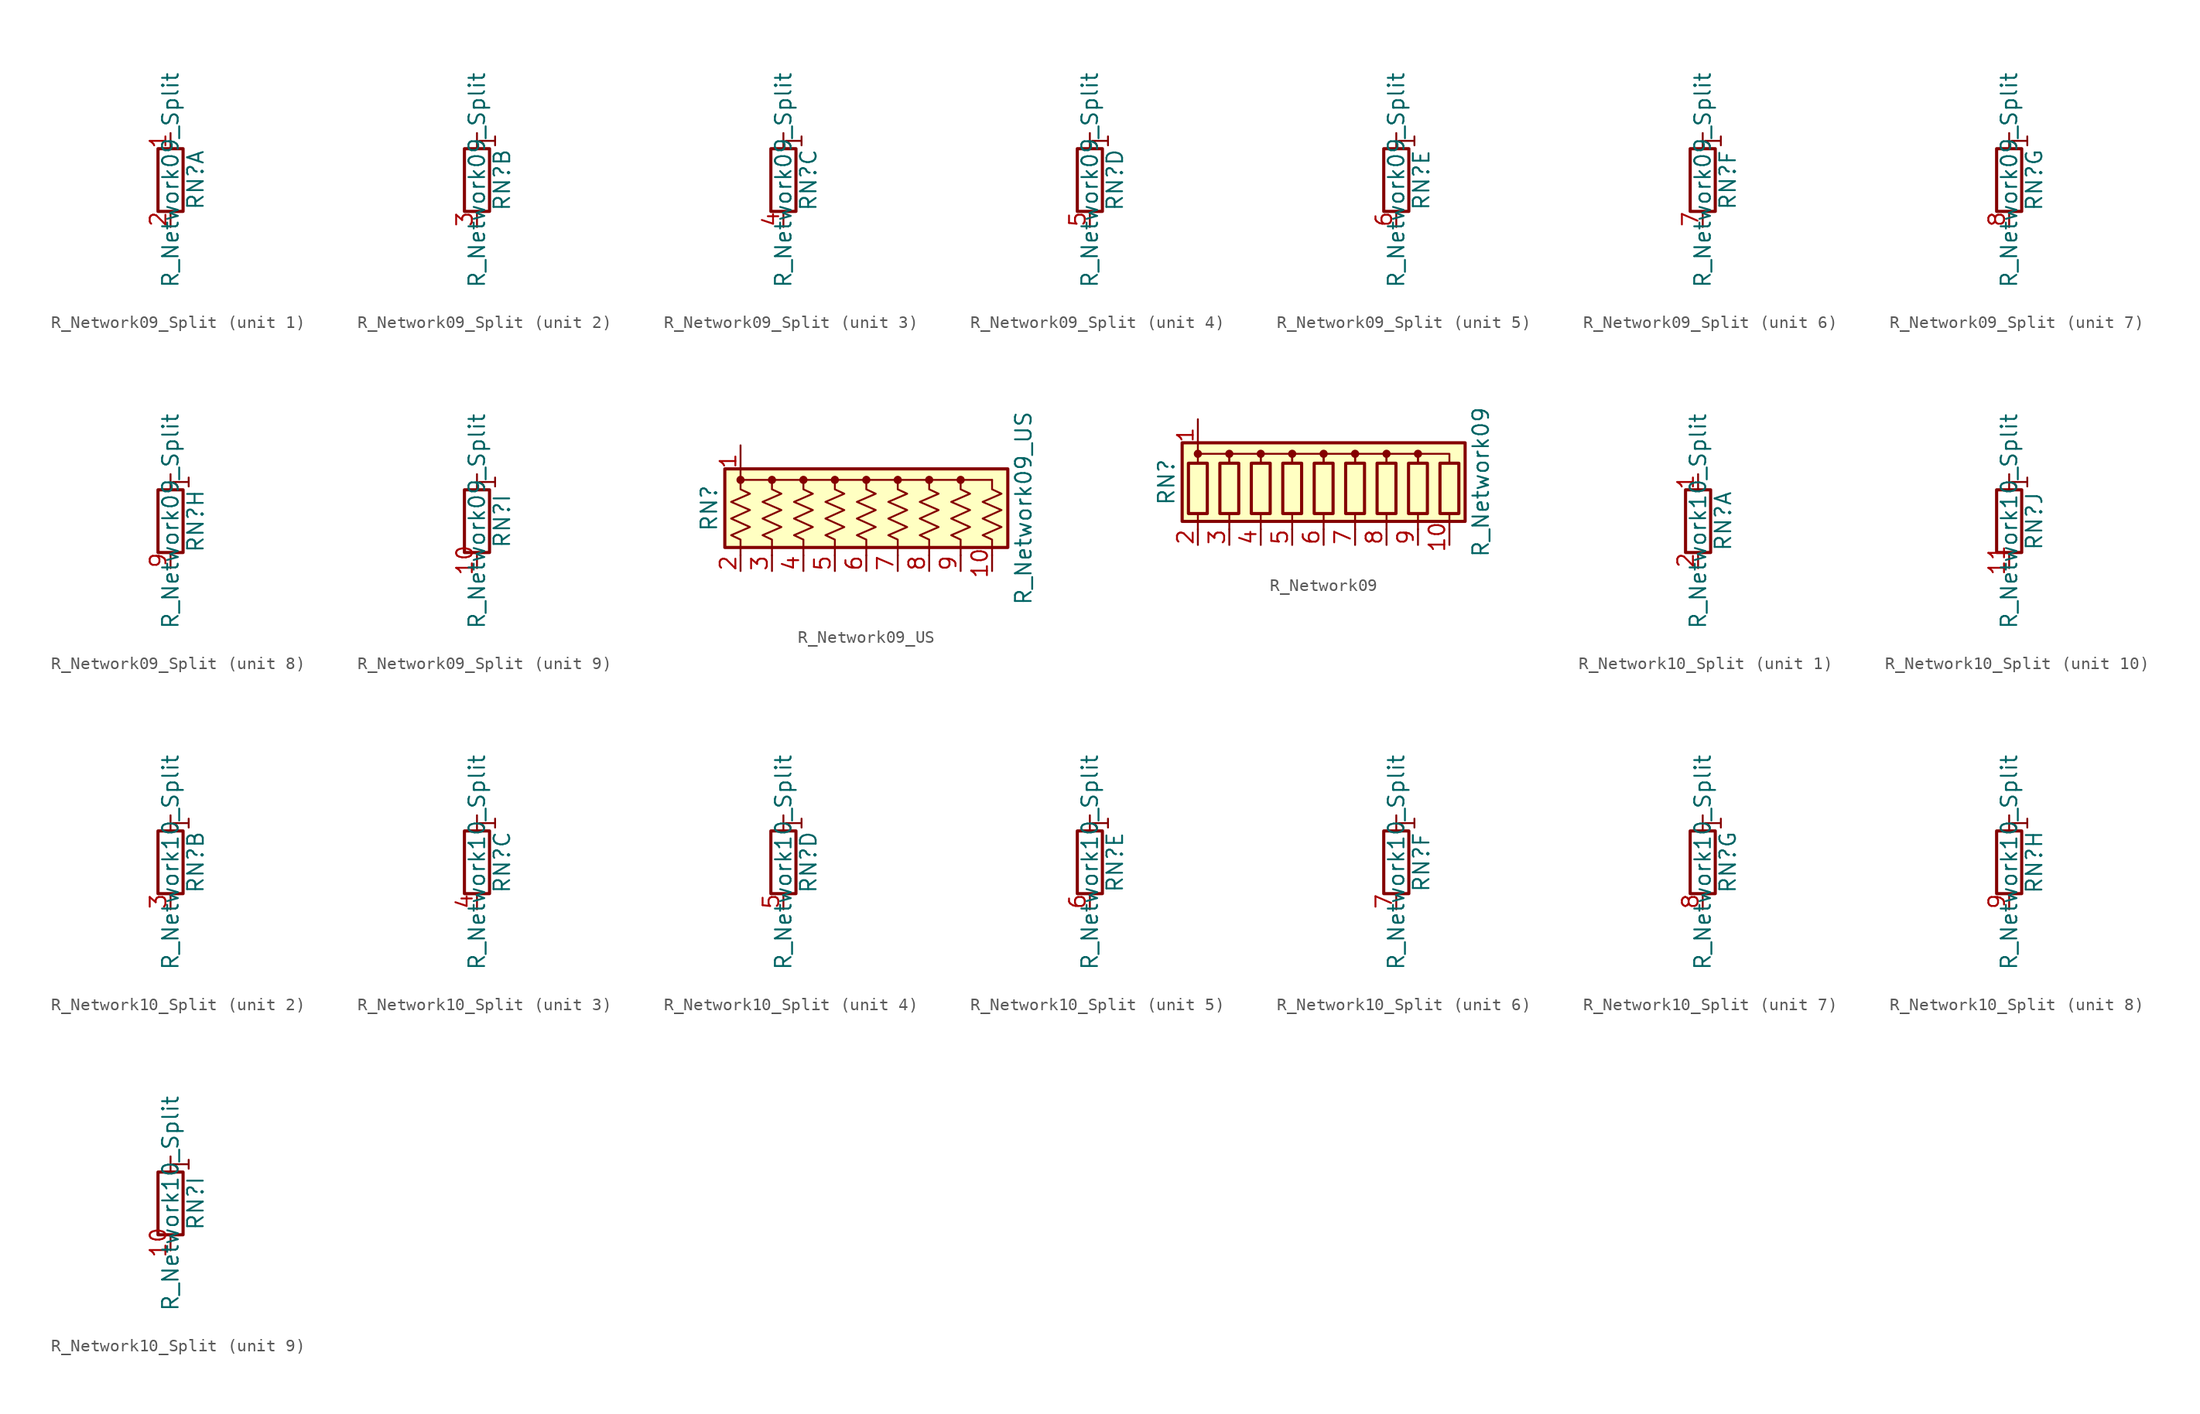
<source format=kicad_sym>
(kicad_symbol_lib
  (version 20241209)
  (generator "kicad_symbol_editor")
  (generator_version "9.0")
  (symbol "R_Network09_Split"
    (pin_names
      (offset 0)
      (hide yes))
    (property "Reference" "RN"
      (at 2.032 0 90)
      (effects (font (size 1.27 1.27))))
    (property "Value" "R_Network09_Split"
      (at 0 0 90)
      (effects (font (size 1.27 1.27))))
    (symbol "R_Network09_Split_0_1"
      (rectangle (start 1.016 2.54) (end -1.016 -2.54) (stroke (width 0.254) (type solid)) (fill (type none))))
    (symbol "R_Network09_Split_1_1"
      (pin passive line (at 0 3.81 270) (length 1.27) (name "R1.1" (effects (font (size 1.27 1.27)))) (number "1" (effects (font (size 1.27 1.27)))))
      (pin passive line (at 0 -3.81 90) (length 1.27) (name "R1.2" (effects (font (size 1.27 1.27)))) (number "2" (effects (font (size 1.27 1.27))))))
    (symbol "R_Network09_Split_2_1"
      (polyline (pts (xy 0 2.54) (xy 0 3.81)) (stroke (width 0) (type solid)) (fill (type none)))
      (text "1" (at 0.889 3.175 900) (effects (font (size 1.27 1.27))))
      (pin passive line (at 0 -3.81 90) (length 1.27) (name "R2.2" (effects (font (size 1.27 1.27)))) (number "3" (effects (font (size 1.27 1.27))))))
    (symbol "R_Network09_Split_3_1"
      (polyline (pts (xy 0 2.54) (xy 0 3.81)) (stroke (width 0) (type solid)) (fill (type none)))
      (text "1" (at 0.889 3.175 900) (effects (font (size 1.27 1.27))))
      (pin passive line (at 0 -3.81 90) (length 1.27) (name "R3.2" (effects (font (size 1.27 1.27)))) (number "4" (effects (font (size 1.27 1.27))))))
    (symbol "R_Network09_Split_4_1"
      (polyline (pts (xy 0 2.54) (xy 0 3.81)) (stroke (width 0) (type solid)) (fill (type none)))
      (text "1" (at 0.889 3.175 900) (effects (font (size 1.27 1.27))))
      (pin passive line (at 0 -3.81 90) (length 1.27) (name "R4.2" (effects (font (size 1.27 1.27)))) (number "5" (effects (font (size 1.27 1.27))))))
    (symbol "R_Network09_Split_5_1"
      (polyline (pts (xy 0 2.54) (xy 0 3.81)) (stroke (width 0) (type solid)) (fill (type none)))
      (text "1" (at 0.889 3.175 900) (effects (font (size 1.27 1.27))))
      (pin passive line (at 0 -3.81 90) (length 1.27) (name "R5.2" (effects (font (size 1.27 1.27)))) (number "6" (effects (font (size 1.27 1.27))))))
    (symbol "R_Network09_Split_6_1"
      (polyline (pts (xy 0 2.54) (xy 0 3.81)) (stroke (width 0) (type solid)) (fill (type none)))
      (text "1" (at 0.889 3.175 900) (effects (font (size 1.27 1.27))))
      (pin passive line (at 0 -3.81 90) (length 1.27) (name "R6.2" (effects (font (size 1.27 1.27)))) (number "7" (effects (font (size 1.27 1.27))))))
    (symbol "R_Network09_Split_7_1"
      (polyline (pts (xy 0 2.54) (xy 0 3.81)) (stroke (width 0) (type solid)) (fill (type none)))
      (text "1" (at 0.889 3.175 900) (effects (font (size 1.27 1.27))))
      (pin passive line (at 0 -3.81 90) (length 1.27) (name "R7.2" (effects (font (size 1.27 1.27)))) (number "8" (effects (font (size 1.27 1.27))))))
    (symbol "R_Network09_Split_8_1"
      (polyline (pts (xy 0 2.54) (xy 0 3.81)) (stroke (width 0) (type solid)) (fill (type none)))
      (text "1" (at 0.889 3.175 900) (effects (font (size 1.27 1.27))))
      (pin passive line (at 0 -3.81 90) (length 1.27) (name "R8.2" (effects (font (size 1.27 1.27)))) (number "9" (effects (font (size 1.27 1.27))))))
    (symbol "R_Network09_Split_9_1"
      (polyline (pts (xy 0 2.54) (xy 0 3.81)) (stroke (width 0) (type solid)) (fill (type none)))
      (text "1" (at 0.889 3.175 900) (effects (font (size 1.27 1.27))))
      (pin passive line (at 0 -3.81 90) (length 1.27) (name "R9.2" (effects (font (size 1.27 1.27)))) (number "10" (effects (font (size 1.27 1.27)))))))
  (symbol "R_Network09_US"
    (pin_names
      (offset 0)
      (hide yes))
    (property "Reference" "RN"
      (at -12.7 0 90)
      (effects (font (size 1.27 1.27))))
    (property "Value" "R_Network09_US"
      (at 12.7 0 90)
      (effects (font (size 1.27 1.27))))
    (symbol "R_Network09_US_0_1"
      (rectangle (start -11.43 -3.175) (end 11.43 3.175) (stroke (width 0.254) (type solid)) (fill (type background)))
      (circle (center -10.16 2.286) (radius 0.254) (stroke (width 0) (type solid)) (fill (type outline)))
      (polyline (pts (xy -10.16 2.286) (xy 10.16 2.286)) (stroke (width 0) (type solid)) (fill (type none)))
      (polyline (pts (xy -10.16 2.286) (xy -10.16 1.524) (xy -9.398 1.168) (xy -10.922 0.508) (xy -9.398 -0.152) (xy -10.922 -0.838) (xy -9.398 -1.524) (xy -10.922 -2.184) (xy -10.16 -2.54) (xy -10.16 -3.81)) (stroke (width 0) (type solid)) (fill (type none)))
      (circle (center -7.62 2.286) (radius 0.254) (stroke (width 0) (type solid)) (fill (type outline)))
      (polyline (pts (xy -7.62 2.286) (xy -7.62 1.524) (xy -6.858 1.168) (xy -8.382 0.508) (xy -6.858 -0.152) (xy -8.382 -0.838) (xy -6.858 -1.524) (xy -8.382 -2.184) (xy -7.62 -2.54) (xy -7.62 -3.81)) (stroke (width 0) (type solid)) (fill (type none)))
      (circle (center -5.08 2.286) (radius 0.254) (stroke (width 0) (type solid)) (fill (type outline)))
      (polyline (pts (xy -5.08 2.286) (xy -5.08 1.524) (xy -4.318 1.168) (xy -5.842 0.508) (xy -4.318 -0.152) (xy -5.842 -0.838) (xy -4.318 -1.524) (xy -5.842 -2.184) (xy -5.08 -2.54) (xy -5.08 -3.81)) (stroke (width 0) (type solid)) (fill (type none)))
      (circle (center -2.54 2.286) (radius 0.254) (stroke (width 0) (type solid)) (fill (type outline)))
      (polyline (pts (xy -2.54 2.286) (xy -2.54 1.524) (xy -1.778 1.168) (xy -3.302 0.508) (xy -1.778 -0.152) (xy -3.302 -0.838) (xy -1.778 -1.524) (xy -3.302 -2.184) (xy -2.54 -2.54) (xy -2.54 -3.81)) (stroke (width 0) (type solid)) (fill (type none)))
      (circle (center 0 2.286) (radius 0.254) (stroke (width 0) (type solid)) (fill (type outline)))
      (polyline (pts (xy 0 2.286) (xy 0 1.524) (xy 0.762 1.168) (xy -0.762 0.508) (xy 0.762 -0.152) (xy -0.762 -0.838) (xy 0.762 -1.524) (xy -0.762 -2.184) (xy 0 -2.54) (xy 0 -3.81)) (stroke (width 0) (type solid)) (fill (type none)))
      (polyline (pts (xy 2.54 2.286) (xy 2.54 1.524) (xy 3.302 1.168) (xy 1.778 0.508) (xy 3.302 -0.152) (xy 1.778 -0.838) (xy 3.302 -1.524) (xy 1.778 -2.184) (xy 2.54 -2.54) (xy 2.54 -3.81)) (stroke (width 0) (type solid)) (fill (type none)))
      (circle (center 2.54 2.286) (radius 0.254) (stroke (width 0) (type solid)) (fill (type outline)))
      (polyline (pts (xy 5.08 2.286) (xy 5.08 1.524) (xy 5.842 1.168) (xy 4.318 0.508) (xy 5.842 -0.152) (xy 4.318 -0.838) (xy 5.842 -1.524) (xy 4.318 -2.184) (xy 5.08 -2.54) (xy 5.08 -3.81)) (stroke (width 0) (type solid)) (fill (type none)))
      (circle (center 5.08 2.286) (radius 0.254) (stroke (width 0) (type solid)) (fill (type outline)))
      (polyline (pts (xy 7.62 2.286) (xy 7.62 1.524) (xy 8.382 1.168) (xy 6.858 0.508) (xy 8.382 -0.152) (xy 6.858 -0.838) (xy 8.382 -1.524) (xy 6.858 -2.184) (xy 7.62 -2.54) (xy 7.62 -3.81)) (stroke (width 0) (type solid)) (fill (type none)))
      (circle (center 7.62 2.286) (radius 0.254) (stroke (width 0) (type solid)) (fill (type outline)))
      (polyline (pts (xy 10.16 2.286) (xy 10.16 1.524) (xy 10.922 1.168) (xy 9.398 0.508) (xy 10.922 -0.152) (xy 9.398 -0.838) (xy 10.922 -1.524) (xy 9.398 -2.184) (xy 10.16 -2.54) (xy 10.16 -3.81)) (stroke (width 0) (type solid)) (fill (type none))))
    (symbol "R_Network09_US_1_1"
      (pin passive line (at -10.16 5.08 270) (length 2.54) (name "common" (effects (font (size 1.27 1.27)))) (number "1" (effects (font (size 1.27 1.27)))))
      (pin passive line (at -10.16 -5.08 90) (length 1.27) (name "R1" (effects (font (size 1.27 1.27)))) (number "2" (effects (font (size 1.27 1.27)))))
      (pin passive line (at -7.62 -5.08 90) (length 1.27) (name "R2" (effects (font (size 1.27 1.27)))) (number "3" (effects (font (size 1.27 1.27)))))
      (pin passive line (at -5.08 -5.08 90) (length 1.27) (name "R3" (effects (font (size 1.27 1.27)))) (number "4" (effects (font (size 1.27 1.27)))))
      (pin passive line (at -2.54 -5.08 90) (length 1.27) (name "R4" (effects (font (size 1.27 1.27)))) (number "5" (effects (font (size 1.27 1.27)))))
      (pin passive line (at 0 -5.08 90) (length 1.27) (name "R5" (effects (font (size 1.27 1.27)))) (number "6" (effects (font (size 1.27 1.27)))))
      (pin passive line (at 2.54 -5.08 90) (length 1.27) (name "R6" (effects (font (size 1.27 1.27)))) (number "7" (effects (font (size 1.27 1.27)))))
      (pin passive line (at 5.08 -5.08 90) (length 1.27) (name "R7" (effects (font (size 1.27 1.27)))) (number "8" (effects (font (size 1.27 1.27)))))
      (pin passive line (at 7.62 -5.08 90) (length 1.27) (name "R8" (effects (font (size 1.27 1.27)))) (number "9" (effects (font (size 1.27 1.27)))))
      (pin passive line (at 10.16 -5.08 90) (length 1.27) (name "R9" (effects (font (size 1.27 1.27)))) (number "10" (effects (font (size 1.27 1.27)))))))
  (symbol "R_Network09"
    (pin_names
      (offset 0)
      (hide yes))
    (property "Reference" "RN"
      (at -12.7 0 90)
      (effects (font (size 1.27 1.27))))
    (property "Value" "R_Network09"
      (at 12.7 0 90)
      (effects (font (size 1.27 1.27))))
    (symbol "R_Network09_0_1"
      (rectangle (start -11.43 -3.175) (end 11.43 3.175) (stroke (width 0.254) (type solid)) (fill (type background)))
      (rectangle (start -10.922 1.524) (end -9.398 -2.54) (stroke (width 0.254) (type solid)) (fill (type none)))
      (circle (center -10.16 2.286) (radius 0.254) (stroke (width 0) (type solid)) (fill (type outline)))
      (polyline (pts (xy -10.16 1.524) (xy -10.16 2.286) (xy -7.62 2.286) (xy -7.62 1.524)) (stroke (width 0) (type solid)) (fill (type none)))
      (polyline (pts (xy -10.16 -2.54) (xy -10.16 -3.81)) (stroke (width 0) (type solid)) (fill (type none)))
      (rectangle (start -8.382 1.524) (end -6.858 -2.54) (stroke (width 0.254) (type solid)) (fill (type none)))
      (circle (center -7.62 2.286) (radius 0.254) (stroke (width 0) (type solid)) (fill (type outline)))
      (polyline (pts (xy -7.62 1.524) (xy -7.62 2.286) (xy -5.08 2.286) (xy -5.08 1.524)) (stroke (width 0) (type solid)) (fill (type none)))
      (polyline (pts (xy -7.62 -2.54) (xy -7.62 -3.81)) (stroke (width 0) (type solid)) (fill (type none)))
      (rectangle (start -5.842 1.524) (end -4.318 -2.54) (stroke (width 0.254) (type solid)) (fill (type none)))
      (circle (center -5.08 2.286) (radius 0.254) (stroke (width 0) (type solid)) (fill (type outline)))
      (polyline (pts (xy -5.08 1.524) (xy -5.08 2.286) (xy -2.54 2.286) (xy -2.54 1.524)) (stroke (width 0) (type solid)) (fill (type none)))
      (polyline (pts (xy -5.08 -2.54) (xy -5.08 -3.81)) (stroke (width 0) (type solid)) (fill (type none)))
      (rectangle (start -3.302 1.524) (end -1.778 -2.54) (stroke (width 0.254) (type solid)) (fill (type none)))
      (circle (center -2.54 2.286) (radius 0.254) (stroke (width 0) (type solid)) (fill (type outline)))
      (polyline (pts (xy -2.54 1.524) (xy -2.54 2.286) (xy 0 2.286) (xy 0 1.524)) (stroke (width 0) (type solid)) (fill (type none)))
      (polyline (pts (xy -2.54 -2.54) (xy -2.54 -3.81)) (stroke (width 0) (type solid)) (fill (type none)))
      (rectangle (start -0.762 1.524) (end 0.762 -2.54) (stroke (width 0.254) (type solid)) (fill (type none)))
      (circle (center 0 2.286) (radius 0.254) (stroke (width 0) (type solid)) (fill (type outline)))
      (polyline (pts (xy 0 1.524) (xy 0 2.286) (xy 2.54 2.286) (xy 2.54 1.524)) (stroke (width 0) (type solid)) (fill (type none)))
      (polyline (pts (xy 0 -2.54) (xy 0 -3.81)) (stroke (width 0) (type solid)) (fill (type none)))
      (rectangle (start 1.778 1.524) (end 3.302 -2.54) (stroke (width 0.254) (type solid)) (fill (type none)))
      (circle (center 2.54 2.286) (radius 0.254) (stroke (width 0) (type solid)) (fill (type outline)))
      (polyline (pts (xy 2.54 1.524) (xy 2.54 2.286) (xy 5.08 2.286) (xy 5.08 1.524)) (stroke (width 0) (type solid)) (fill (type none)))
      (polyline (pts (xy 2.54 -2.54) (xy 2.54 -3.81)) (stroke (width 0) (type solid)) (fill (type none)))
      (rectangle (start 4.318 1.524) (end 5.842 -2.54) (stroke (width 0.254) (type solid)) (fill (type none)))
      (circle (center 5.08 2.286) (radius 0.254) (stroke (width 0) (type solid)) (fill (type outline)))
      (polyline (pts (xy 5.08 1.524) (xy 5.08 2.286) (xy 7.62 2.286) (xy 7.62 1.524)) (stroke (width 0) (type solid)) (fill (type none)))
      (polyline (pts (xy 5.08 -2.54) (xy 5.08 -3.81)) (stroke (width 0) (type solid)) (fill (type none)))
      (rectangle (start 6.858 1.524) (end 8.382 -2.54) (stroke (width 0.254) (type solid)) (fill (type none)))
      (circle (center 7.62 2.286) (radius 0.254) (stroke (width 0) (type solid)) (fill (type outline)))
      (polyline (pts (xy 7.62 1.524) (xy 7.62 2.286) (xy 10.16 2.286) (xy 10.16 1.524)) (stroke (width 0) (type solid)) (fill (type none)))
      (polyline (pts (xy 7.62 -2.54) (xy 7.62 -3.81)) (stroke (width 0) (type solid)) (fill (type none)))
      (rectangle (start 9.398 1.524) (end 10.922 -2.54) (stroke (width 0.254) (type solid)) (fill (type none)))
      (polyline (pts (xy 10.16 -2.54) (xy 10.16 -3.81)) (stroke (width 0) (type solid)) (fill (type none))))
    (symbol "R_Network09_1_1"
      (pin passive line (at -10.16 5.08 270) (length 2.54) (name "common" (effects (font (size 1.27 1.27)))) (number "1" (effects (font (size 1.27 1.27)))))
      (pin passive line (at -10.16 -5.08 90) (length 1.27) (name "R1" (effects (font (size 1.27 1.27)))) (number "2" (effects (font (size 1.27 1.27)))))
      (pin passive line (at -7.62 -5.08 90) (length 1.27) (name "R2" (effects (font (size 1.27 1.27)))) (number "3" (effects (font (size 1.27 1.27)))))
      (pin passive line (at -5.08 -5.08 90) (length 1.27) (name "R3" (effects (font (size 1.27 1.27)))) (number "4" (effects (font (size 1.27 1.27)))))
      (pin passive line (at -2.54 -5.08 90) (length 1.27) (name "R4" (effects (font (size 1.27 1.27)))) (number "5" (effects (font (size 1.27 1.27)))))
      (pin passive line (at 0 -5.08 90) (length 1.27) (name "R5" (effects (font (size 1.27 1.27)))) (number "6" (effects (font (size 1.27 1.27)))))
      (pin passive line (at 2.54 -5.08 90) (length 1.27) (name "R6" (effects (font (size 1.27 1.27)))) (number "7" (effects (font (size 1.27 1.27)))))
      (pin passive line (at 5.08 -5.08 90) (length 1.27) (name "R7" (effects (font (size 1.27 1.27)))) (number "8" (effects (font (size 1.27 1.27)))))
      (pin passive line (at 7.62 -5.08 90) (length 1.27) (name "R8" (effects (font (size 1.27 1.27)))) (number "9" (effects (font (size 1.27 1.27)))))
      (pin passive line (at 10.16 -5.08 90) (length 1.27) (name "R9" (effects (font (size 1.27 1.27)))) (number "10" (effects (font (size 1.27 1.27)))))))
  (symbol "R_Network10_Split"
    (pin_names
      (offset 0)
      (hide yes))
    (property "Reference" "RN"
      (at 2.032 0 90)
      (effects (font (size 1.27 1.27))))
    (property "Value" "R_Network10_Split"
      (at 0 0 90)
      (effects (font (size 1.27 1.27))))
    (symbol "R_Network10_Split_0_1"
      (rectangle (start 1.016 2.54) (end -1.016 -2.54) (stroke (width 0.254) (type solid)) (fill (type none))))
    (symbol "R_Network10_Split_1_1"
      (pin passive line (at 0 3.81 270) (length 1.27) (name "R1.1" (effects (font (size 1.27 1.27)))) (number "1" (effects (font (size 1.27 1.27)))))
      (pin passive line (at 0 -3.81 90) (length 1.27) (name "R1.2" (effects (font (size 1.27 1.27)))) (number "2" (effects (font (size 1.27 1.27))))))
    (symbol "R_Network10_Split_2_1"
      (polyline (pts (xy 0 2.54) (xy 0 3.81)) (stroke (width 0) (type solid)) (fill (type none)))
      (text "1" (at 0.889 3.175 900) (effects (font (size 1.27 1.27))))
      (pin passive line (at 0 -3.81 90) (length 1.27) (name "R2.2" (effects (font (size 1.27 1.27)))) (number "3" (effects (font (size 1.27 1.27))))))
    (symbol "R_Network10_Split_3_1"
      (polyline (pts (xy 0 2.54) (xy 0 3.81)) (stroke (width 0) (type solid)) (fill (type none)))
      (text "1" (at 0.889 3.175 900) (effects (font (size 1.27 1.27))))
      (pin passive line (at 0 -3.81 90) (length 1.27) (name "R3.2" (effects (font (size 1.27 1.27)))) (number "4" (effects (font (size 1.27 1.27))))))
    (symbol "R_Network10_Split_4_1"
      (polyline (pts (xy 0 2.54) (xy 0 3.81)) (stroke (width 0) (type solid)) (fill (type none)))
      (text "1" (at 0.889 3.175 900) (effects (font (size 1.27 1.27))))
      (pin passive line (at 0 -3.81 90) (length 1.27) (name "R4.2" (effects (font (size 1.27 1.27)))) (number "5" (effects (font (size 1.27 1.27))))))
    (symbol "R_Network10_Split_5_1"
      (polyline (pts (xy 0 2.54) (xy 0 3.81)) (stroke (width 0) (type solid)) (fill (type none)))
      (text "1" (at 0.889 3.175 900) (effects (font (size 1.27 1.27))))
      (pin passive line (at 0 -3.81 90) (length 1.27) (name "R5.2" (effects (font (size 1.27 1.27)))) (number "6" (effects (font (size 1.27 1.27))))))
    (symbol "R_Network10_Split_6_1"
      (polyline (pts (xy 0 2.54) (xy 0 3.81)) (stroke (width 0) (type solid)) (fill (type none)))
      (text "1" (at 0.889 3.175 900) (effects (font (size 1.27 1.27))))
      (pin passive line (at 0 -3.81 90) (length 1.27) (name "R6.2" (effects (font (size 1.27 1.27)))) (number "7" (effects (font (size 1.27 1.27))))))
    (symbol "R_Network10_Split_7_1"
      (polyline (pts (xy 0 2.54) (xy 0 3.81)) (stroke (width 0) (type solid)) (fill (type none)))
      (text "1" (at 0.889 3.175 900) (effects (font (size 1.27 1.27))))
      (pin passive line (at 0 -3.81 90) (length 1.27) (name "R7.2" (effects (font (size 1.27 1.27)))) (number "8" (effects (font (size 1.27 1.27))))))
    (symbol "R_Network10_Split_8_1"
      (polyline (pts (xy 0 2.54) (xy 0 3.81)) (stroke (width 0) (type solid)) (fill (type none)))
      (text "1" (at 0.889 3.175 900) (effects (font (size 1.27 1.27))))
      (pin passive line (at 0 -3.81 90) (length 1.27) (name "R8.2" (effects (font (size 1.27 1.27)))) (number "9" (effects (font (size 1.27 1.27))))))
    (symbol "R_Network10_Split_9_1"
      (polyline (pts (xy 0 2.54) (xy 0 3.81)) (stroke (width 0) (type solid)) (fill (type none)))
      (text "1" (at 0.889 3.175 900) (effects (font (size 1.27 1.27))))
      (pin passive line (at 0 -3.81 90) (length 1.27) (name "R9.2" (effects (font (size 1.27 1.27)))) (number "10" (effects (font (size 1.27 1.27))))))
    (symbol "R_Network10_Split_10_1"
      (polyline (pts (xy 0 2.54) (xy 0 3.81)) (stroke (width 0) (type solid)) (fill (type none)))
      (text "1" (at 0.889 3.175 900) (effects (font (size 1.27 1.27))))
      (pin passive line (at 0 -3.81 90) (length 1.27) (name "R10.2" (effects (font (size 1.27 1.27)))) (number "11" (effects (font (size 1.27 1.27))))))))
</source>
